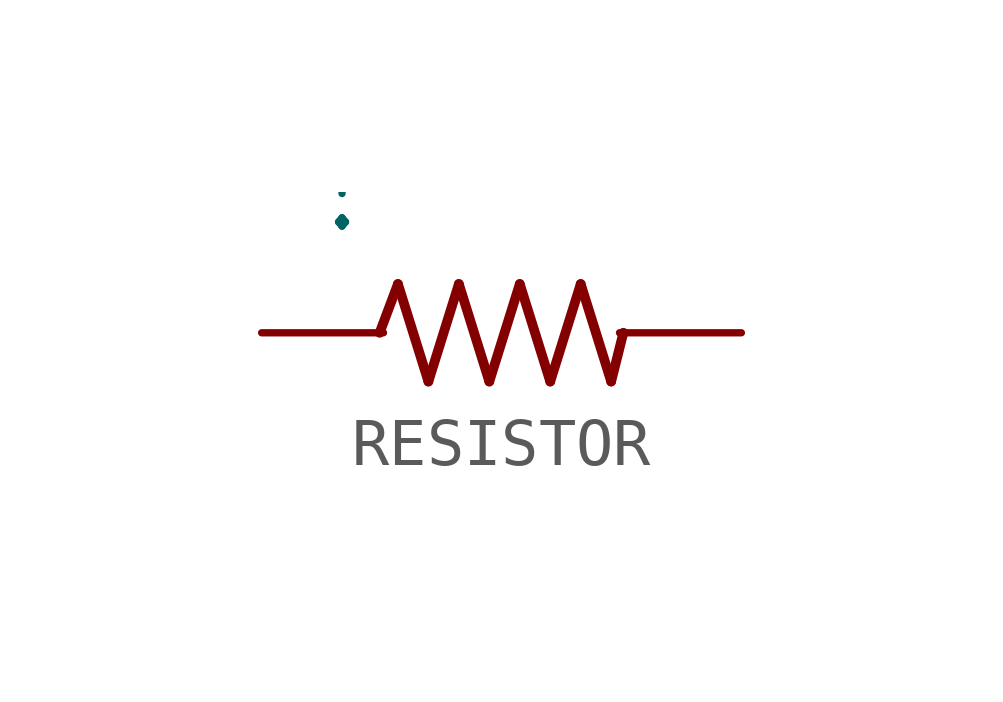
<source format=kicad_sym>
(kicad_symbol_lib
  (version 20211014)
  (generator kicad_symbol_editor)
  (symbol "RESISTOR"
    (property "Reference" ""
      (at -4 2 0)
      (effects (font (size 1.778 1.511)) (justify left bottom)))
    (property "ki_locked" ""
      (at 0 0 0)
      (effects (font (size 1.27 1.27))))
    (symbol "RESISTOR_1_0"
      (polyline (pts (xy -2.54 0) (xy -2.159 1.016)) (stroke (width 0.203) (type default) (color 0 0 0 0)) (fill (type none)))
      (polyline (pts (xy -2.159 1.016) (xy -1.524 -1.016)) (stroke (width 0.203) (type default) (color 0 0 0 0)) (fill (type none)))
      (polyline (pts (xy -1.524 -1.016) (xy -0.889 1.016)) (stroke (width 0.203) (type default) (color 0 0 0 0)) (fill (type none)))
      (polyline (pts (xy -0.889 1.016) (xy -0.254 -1.016)) (stroke (width 0.203) (type default) (color 0 0 0 0)) (fill (type none)))
      (polyline (pts (xy -0.254 -1.016) (xy 0.381 1.016)) (stroke (width 0.203) (type default) (color 0 0 0 0)) (fill (type none)))
      (polyline (pts (xy 0.381 1.016) (xy 1.016 -1.016)) (stroke (width 0.203) (type default) (color 0 0 0 0)) (fill (type none)))
      (polyline (pts (xy 1.016 -1.016) (xy 1.651 1.016)) (stroke (width 0.203) (type default) (color 0 0 0 0)) (fill (type none)))
      (polyline (pts (xy 1.651 1.016) (xy 2.286 -1.016)) (stroke (width 0.203) (type default) (color 0 0 0 0)) (fill (type none)))
      (polyline (pts (xy 2.286 -1.016) (xy 2.54 0)) (stroke (width 0.203) (type default) (color 0 0 0 0)) (fill (type none)))
      (pin passive line (at -5 0 0) (length 2.54) (name "1" (effects (font (size 0 0)))) (number "1" (effects (font (size 0 0)))))
      (pin passive line (at 5 0 180) (length 2.54) (name "2" (effects (font (size 0 0)))) (number "2" (effects (font (size 0 0))))))))
</source>
